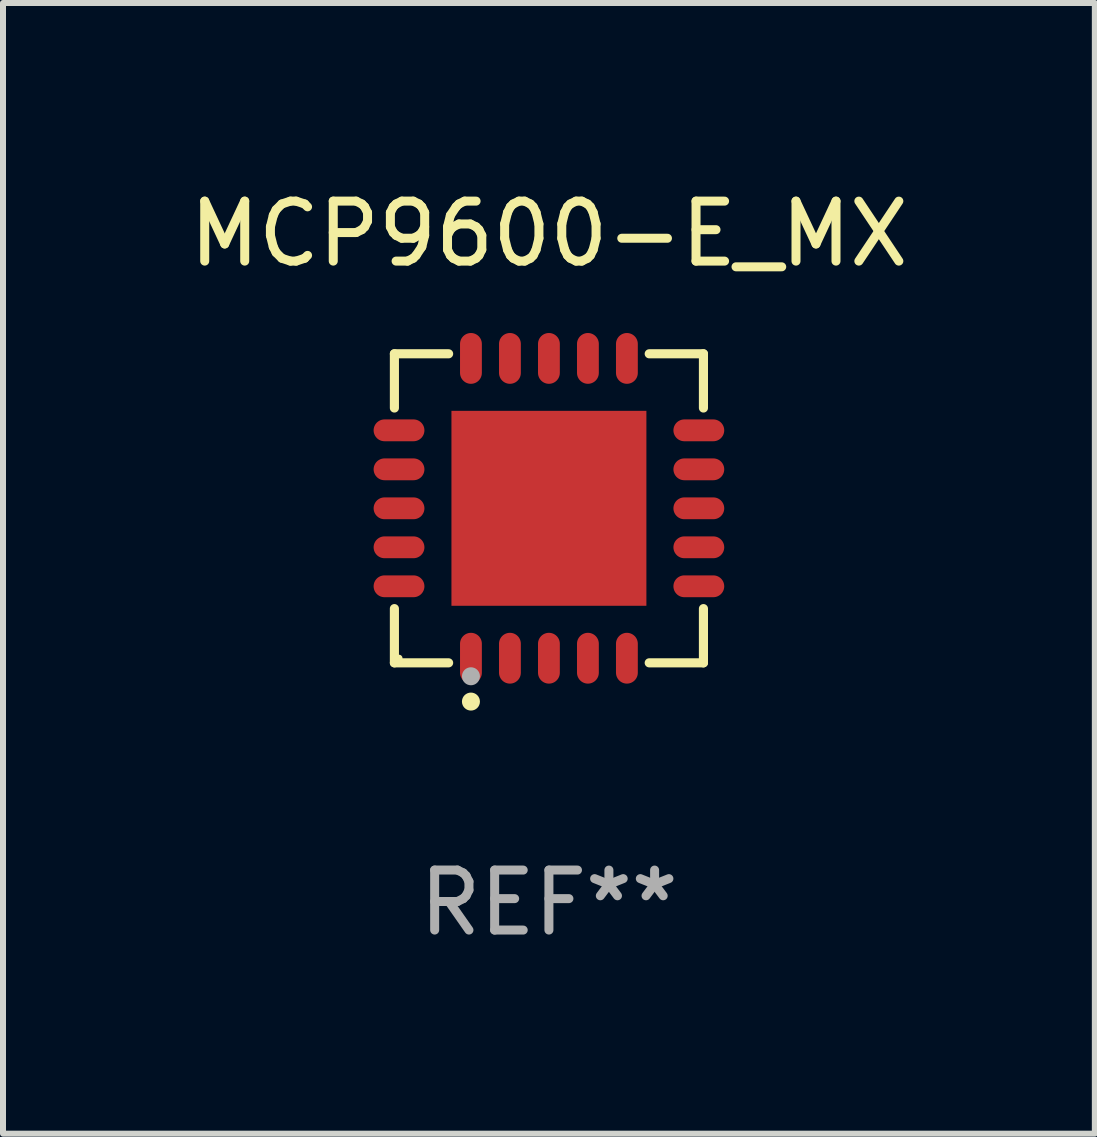
<source format=kicad_pcb>
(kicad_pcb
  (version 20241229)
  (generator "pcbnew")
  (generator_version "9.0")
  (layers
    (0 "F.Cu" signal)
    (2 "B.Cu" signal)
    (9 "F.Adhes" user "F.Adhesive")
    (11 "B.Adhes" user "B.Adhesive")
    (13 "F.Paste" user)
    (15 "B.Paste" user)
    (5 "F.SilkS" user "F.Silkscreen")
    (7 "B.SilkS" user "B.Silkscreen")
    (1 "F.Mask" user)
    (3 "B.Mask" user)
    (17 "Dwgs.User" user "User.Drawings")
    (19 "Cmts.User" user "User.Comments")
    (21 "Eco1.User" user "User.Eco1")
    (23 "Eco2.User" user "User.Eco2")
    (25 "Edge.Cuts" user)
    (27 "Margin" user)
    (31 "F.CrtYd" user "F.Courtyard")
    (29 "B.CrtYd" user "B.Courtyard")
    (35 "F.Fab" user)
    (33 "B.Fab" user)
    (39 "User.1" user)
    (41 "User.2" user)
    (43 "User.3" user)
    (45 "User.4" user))
  (footprint "MCP9600-E_MX"
    (layer "F.Cu")
    (at 6.101 5.424)
    (property "Reference" "MCP9600-E_MX" (at 0 -4.576 0) (layer "F.SilkS") (effects (font (size 1 1) (thickness 0.15))))
    (attr through_hole)
    (fp_line (start -2.576 -2.576) (end -1.672 -2.576) (stroke (width 0.152) (type solid)) (layer "F.SilkS"))
    (fp_line (start -2.576 -1.672) (end -2.576 -2.576) (stroke (width 0.152) (type solid)) (layer "F.SilkS"))
    (fp_line (start -2.576 1.672) (end -2.576 2.576) (stroke (width 0.152) (type solid)) (layer "F.SilkS"))
    (fp_line (start -2.576 2.576) (end -1.672 2.576) (stroke (width 0.152) (type solid)) (layer "F.SilkS"))
    (fp_line (start 2.576 -2.576) (end 1.672 -2.576) (stroke (width 0.152) (type solid)) (layer "F.SilkS"))
    (fp_line (start 2.576 -1.672) (end 2.576 -2.576) (stroke (width 0.152) (type solid)) (layer "F.SilkS"))
    (fp_line (start 2.576 1.672) (end 2.576 2.576) (stroke (width 0.152) (type solid)) (layer "F.SilkS"))
    (fp_line (start 2.576 2.576) (end 1.672 2.576) (stroke (width 0.152) (type solid)) (layer "F.SilkS"))
    (fp_circle (center -2.5 2.5) (end -2.47 2.5) (stroke (width 0.06) (type solid)) (fill no) (layer "F.SilkS"))
    (fp_circle (center -1.3 3.222) (end -1.225 3.222) (stroke (width 0.15) (type solid)) (fill no) (layer "F.SilkS"))
    (fp_circle (center -1.3 2.8) (end -1.225 2.8) (stroke (width 0.15) (type solid)) (fill no) (layer "F.Fab"))
    (fp_text user "REF**" (at 0 6.576 0) (layer "F.Fab") (effects (font (size 1 1) (thickness 0.15))))
    (pad "1" smd oval (at -1.3 2.499) (size 0.364 0.847) (layers "F.Cu" "F.Mask" "F.Paste"))
    (pad "2" smd oval (at -0.65 2.499) (size 0.364 0.847) (layers "F.Cu" "F.Mask" "F.Paste"))
    (pad "3" smd oval (at 0 2.499) (size 0.364 0.847) (layers "F.Cu" "F.Mask" "F.Paste"))
    (pad "4" smd oval (at 0.65 2.499) (size 0.364 0.847) (layers "F.Cu" "F.Mask" "F.Paste"))
    (pad "5" smd oval (at 1.3 2.499) (size 0.364 0.847) (layers "F.Cu" "F.Mask" "F.Paste"))
    (pad "6" smd oval (at 2.499 1.3) (size 0.847 0.364) (layers "F.Cu" "F.Mask" "F.Paste"))
    (pad "7" smd oval (at 2.499 0.65) (size 0.847 0.364) (layers "F.Cu" "F.Mask" "F.Paste"))
    (pad "8" smd oval (at 2.499 0) (size 0.847 0.364) (layers "F.Cu" "F.Mask" "F.Paste"))
    (pad "9" smd oval (at 2.499 -0.65) (size 0.847 0.364) (layers "F.Cu" "F.Mask" "F.Paste"))
    (pad "10" smd oval (at 2.499 -1.3) (size 0.847 0.364) (layers "F.Cu" "F.Mask" "F.Paste"))
    (pad "11" smd oval (at 1.3 -2.499) (size 0.364 0.847) (layers "F.Cu" "F.Mask" "F.Paste"))
    (pad "12" smd oval (at 0.65 -2.499) (size 0.364 0.847) (layers "F.Cu" "F.Mask" "F.Paste"))
    (pad "13" smd oval (at 0 -2.499) (size 0.364 0.847) (layers "F.Cu" "F.Mask" "F.Paste"))
    (pad "14" smd oval (at -0.65 -2.499) (size 0.364 0.847) (layers "F.Cu" "F.Mask" "F.Paste"))
    (pad "15" smd oval (at -1.3 -2.499) (size 0.364 0.847) (layers "F.Cu" "F.Mask" "F.Paste"))
    (pad "16" smd oval (at -2.499 -1.3) (size 0.847 0.364) (layers "F.Cu" "F.Mask" "F.Paste"))
    (pad "17" smd oval (at -2.499 -0.65) (size 0.847 0.364) (layers "F.Cu" "F.Mask" "F.Paste"))
    (pad "18" smd oval (at -2.499 0) (size 0.847 0.364) (layers "F.Cu" "F.Mask" "F.Paste"))
    (pad "19" smd oval (at -2.499 0.65) (size 0.847 0.364) (layers "F.Cu" "F.Mask" "F.Paste"))
    (pad "20" smd oval (at -2.499 1.3) (size 0.847 0.364) (layers "F.Cu" "F.Mask" "F.Paste"))
    (pad "21" smd rect (at 0 0) (size 3.25 3.25) (layers "F.Cu" "F.Mask" "F.Paste")))
  (gr_rect
    (start -3 -3)
    (end 15.202 15.849)
    (stroke (width 0.1) (type default))
    (fill no)
    (layer "Edge.Cuts")))
</source>
